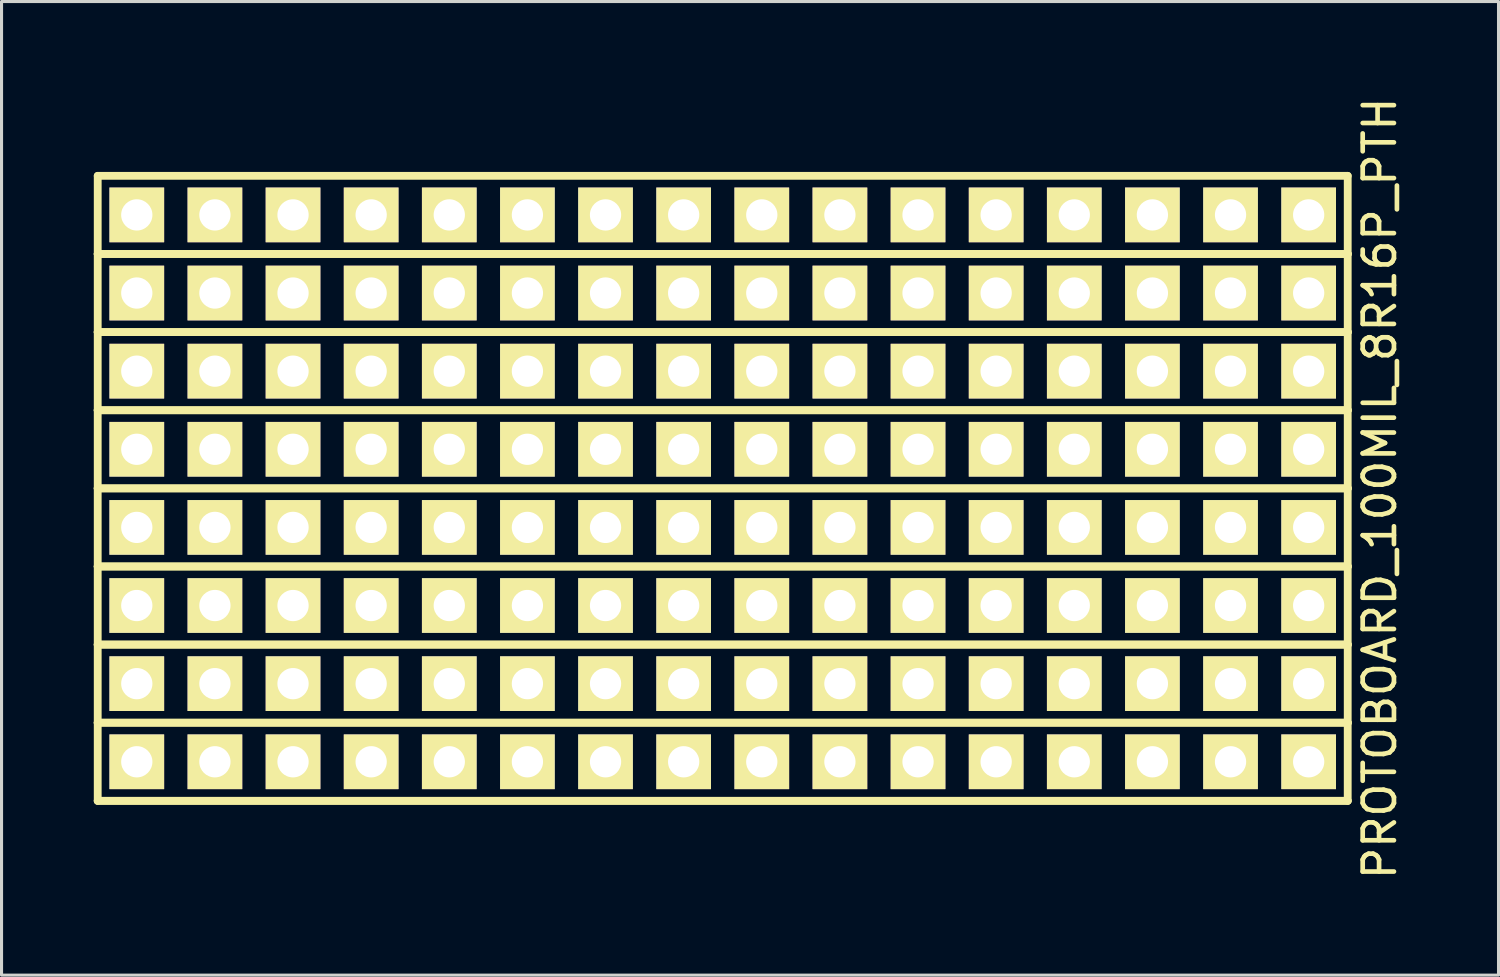
<source format=kicad_pcb>
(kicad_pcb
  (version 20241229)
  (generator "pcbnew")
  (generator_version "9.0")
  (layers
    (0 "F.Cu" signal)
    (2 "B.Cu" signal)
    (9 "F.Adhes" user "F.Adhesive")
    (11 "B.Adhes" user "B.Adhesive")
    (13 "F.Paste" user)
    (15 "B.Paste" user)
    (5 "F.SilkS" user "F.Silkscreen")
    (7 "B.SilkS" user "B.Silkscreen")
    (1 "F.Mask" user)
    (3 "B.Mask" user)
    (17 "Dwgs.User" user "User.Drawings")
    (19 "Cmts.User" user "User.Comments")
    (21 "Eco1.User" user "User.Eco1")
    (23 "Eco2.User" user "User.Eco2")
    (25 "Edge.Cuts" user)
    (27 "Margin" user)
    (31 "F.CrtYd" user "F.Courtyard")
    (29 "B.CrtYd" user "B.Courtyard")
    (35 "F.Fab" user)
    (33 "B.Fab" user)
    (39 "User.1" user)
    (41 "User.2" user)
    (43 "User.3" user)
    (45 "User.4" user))
  (footprint "PROTOBOARD_100MIL_8R16P_PTH"
    (layer "F.Cu")
    (at 20.447 12.827)
    (property "Reference" "PROTOBOARD_100MIL_8R16P_PTH" (at 21.361 0 90) (layer "F.SilkS") (effects (font (size 1.016 1.016) (thickness 0.152))))
    (attr through_hole)
    (fp_line (start -20.32 -10.16) (end 20.32 -10.16) (stroke (width 0.254) (type solid)) (layer "F.SilkS"))
    (fp_line (start -20.32 -7.62) (end -20.32 -10.16) (stroke (width 0.254) (type solid)) (layer "F.SilkS"))
    (fp_line (start -20.32 -7.62) (end 20.32 -7.62) (stroke (width 0.254) (type solid)) (layer "F.SilkS"))
    (fp_line (start -20.32 -5.08) (end -20.32 -7.62) (stroke (width 0.254) (type solid)) (layer "F.SilkS"))
    (fp_line (start -20.32 -5.08) (end 20.32 -5.08) (stroke (width 0.254) (type solid)) (layer "F.SilkS"))
    (fp_line (start -20.32 -2.54) (end -20.32 -5.08) (stroke (width 0.254) (type solid)) (layer "F.SilkS"))
    (fp_line (start -20.32 -2.54) (end 20.32 -2.54) (stroke (width 0.254) (type solid)) (layer "F.SilkS"))
    (fp_line (start -20.32 0) (end -20.32 -2.54) (stroke (width 0.254) (type solid)) (layer "F.SilkS"))
    (fp_line (start -20.32 0) (end 20.32 0) (stroke (width 0.254) (type solid)) (layer "F.SilkS"))
    (fp_line (start -20.32 2.54) (end -20.32 0) (stroke (width 0.254) (type solid)) (layer "F.SilkS"))
    (fp_line (start -20.32 2.54) (end 20.32 2.54) (stroke (width 0.254) (type solid)) (layer "F.SilkS"))
    (fp_line (start -20.32 5.08) (end -20.32 2.54) (stroke (width 0.254) (type solid)) (layer "F.SilkS"))
    (fp_line (start -20.32 5.08) (end 20.32 5.08) (stroke (width 0.254) (type solid)) (layer "F.SilkS"))
    (fp_line (start -20.32 7.62) (end -20.32 5.08) (stroke (width 0.254) (type solid)) (layer "F.SilkS"))
    (fp_line (start -20.32 7.62) (end 20.32 7.62) (stroke (width 0.254) (type solid)) (layer "F.SilkS"))
    (fp_line (start -20.32 10.16) (end -20.32 7.62) (stroke (width 0.254) (type solid)) (layer "F.SilkS"))
    (fp_line (start -20.32 10.16) (end 20.32 10.16) (stroke (width 0.254) (type solid)) (layer "F.SilkS"))
    (fp_line (start 20.32 -10.16) (end 20.32 -7.62) (stroke (width 0.254) (type solid)) (layer "F.SilkS"))
    (fp_line (start 20.32 -7.62) (end -20.32 -7.62) (stroke (width 0.254) (type solid)) (layer "F.SilkS"))
    (fp_line (start 20.32 -7.62) (end 20.32 -5.08) (stroke (width 0.254) (type solid)) (layer "F.SilkS"))
    (fp_line (start 20.32 -5.08) (end -20.32 -5.08) (stroke (width 0.254) (type solid)) (layer "F.SilkS"))
    (fp_line (start 20.32 -5.08) (end 20.32 -2.54) (stroke (width 0.254) (type solid)) (layer "F.SilkS"))
    (fp_line (start 20.32 -2.54) (end -20.32 -2.54) (stroke (width 0.254) (type solid)) (layer "F.SilkS"))
    (fp_line (start 20.32 -2.54) (end 20.32 0) (stroke (width 0.254) (type solid)) (layer "F.SilkS"))
    (fp_line (start 20.32 0) (end -20.32 0) (stroke (width 0.254) (type solid)) (layer "F.SilkS"))
    (fp_line (start 20.32 0) (end 20.32 2.54) (stroke (width 0.254) (type solid)) (layer "F.SilkS"))
    (fp_line (start 20.32 2.54) (end -20.32 2.54) (stroke (width 0.254) (type solid)) (layer "F.SilkS"))
    (fp_line (start 20.32 2.54) (end 20.32 5.08) (stroke (width 0.254) (type solid)) (layer "F.SilkS"))
    (fp_line (start 20.32 5.08) (end -20.32 5.08) (stroke (width 0.254) (type solid)) (layer "F.SilkS"))
    (fp_line (start 20.32 5.08) (end 20.32 7.62) (stroke (width 0.254) (type solid)) (layer "F.SilkS"))
    (fp_line (start 20.32 7.62) (end -20.32 7.62) (stroke (width 0.254) (type solid)) (layer "F.SilkS"))
    (fp_line (start 20.32 7.62) (end 20.32 10.16) (stroke (width 0.254) (type solid)) (layer "F.SilkS"))
    (fp_line (start 20.32 10.16) (end -20.32 10.16) (stroke (width 0.254) (type solid)) (layer "F.SilkS"))
    (pad "1" thru_hole rect (at -19.05 -8.89) (size 1.778 1.778) (drill 1.016) (layers "*.Cu" "*.Mask" "F.SilkS"))
    (pad "1" thru_hole rect (at -19.05 -6.35) (size 1.778 1.778) (drill 1.016) (layers "*.Cu" "*.Mask" "F.SilkS"))
    (pad "1" thru_hole rect (at -19.05 -3.81) (size 1.778 1.778) (drill 1.016) (layers "*.Cu" "*.Mask" "F.SilkS"))
    (pad "1" thru_hole rect (at -19.05 -1.27) (size 1.778 1.778) (drill 1.016) (layers "*.Cu" "*.Mask" "F.SilkS"))
    (pad "1" thru_hole rect (at -19.05 1.27) (size 1.778 1.778) (drill 1.016) (layers "*.Cu" "*.Mask" "F.SilkS"))
    (pad "1" thru_hole rect (at -19.05 3.81) (size 1.778 1.778) (drill 1.016) (layers "*.Cu" "*.Mask" "F.SilkS"))
    (pad "1" thru_hole rect (at -19.05 6.35) (size 1.778 1.778) (drill 1.016) (layers "*.Cu" "*.Mask" "F.SilkS"))
    (pad "1" thru_hole rect (at -19.05 8.89) (size 1.778 1.778) (drill 1.016) (layers "*.Cu" "*.Mask" "F.SilkS"))
    (pad "2" thru_hole rect (at -16.51 -8.89) (size 1.778 1.778) (drill 1.016) (layers "*.Cu" "*.Mask" "F.SilkS"))
    (pad "2" thru_hole rect (at -16.51 -6.35) (size 1.778 1.778) (drill 1.016) (layers "*.Cu" "*.Mask" "F.SilkS"))
    (pad "2" thru_hole rect (at -16.51 -3.81) (size 1.778 1.778) (drill 1.016) (layers "*.Cu" "*.Mask" "F.SilkS"))
    (pad "2" thru_hole rect (at -16.51 -1.27) (size 1.778 1.778) (drill 1.016) (layers "*.Cu" "*.Mask" "F.SilkS"))
    (pad "2" thru_hole rect (at -16.51 1.27) (size 1.778 1.778) (drill 1.016) (layers "*.Cu" "*.Mask" "F.SilkS"))
    (pad "2" thru_hole rect (at -16.51 3.81) (size 1.778 1.778) (drill 1.016) (layers "*.Cu" "*.Mask" "F.SilkS"))
    (pad "2" thru_hole rect (at -16.51 6.35) (size 1.778 1.778) (drill 1.016) (layers "*.Cu" "*.Mask" "F.SilkS"))
    (pad "2" thru_hole rect (at -16.51 8.89) (size 1.778 1.778) (drill 1.016) (layers "*.Cu" "*.Mask" "F.SilkS"))
    (pad "3" thru_hole rect (at -13.97 -8.89) (size 1.778 1.778) (drill 1.016) (layers "*.Cu" "*.Mask" "F.SilkS"))
    (pad "3" thru_hole rect (at -13.97 -6.35) (size 1.778 1.778) (drill 1.016) (layers "*.Cu" "*.Mask" "F.SilkS"))
    (pad "3" thru_hole rect (at -13.97 -3.81) (size 1.778 1.778) (drill 1.016) (layers "*.Cu" "*.Mask" "F.SilkS"))
    (pad "3" thru_hole rect (at -13.97 -1.27) (size 1.778 1.778) (drill 1.016) (layers "*.Cu" "*.Mask" "F.SilkS"))
    (pad "3" thru_hole rect (at -13.97 1.27) (size 1.778 1.778) (drill 1.016) (layers "*.Cu" "*.Mask" "F.SilkS"))
    (pad "3" thru_hole rect (at -13.97 3.81) (size 1.778 1.778) (drill 1.016) (layers "*.Cu" "*.Mask" "F.SilkS"))
    (pad "3" thru_hole rect (at -13.97 6.35) (size 1.778 1.778) (drill 1.016) (layers "*.Cu" "*.Mask" "F.SilkS"))
    (pad "3" thru_hole rect (at -13.97 8.89) (size 1.778 1.778) (drill 1.016) (layers "*.Cu" "*.Mask" "F.SilkS"))
    (pad "4" thru_hole rect (at -11.43 -8.89) (size 1.778 1.778) (drill 1.016) (layers "*.Cu" "*.Mask" "F.SilkS"))
    (pad "4" thru_hole rect (at -11.43 -6.35) (size 1.778 1.778) (drill 1.016) (layers "*.Cu" "*.Mask" "F.SilkS"))
    (pad "4" thru_hole rect (at -11.43 -3.81) (size 1.778 1.778) (drill 1.016) (layers "*.Cu" "*.Mask" "F.SilkS"))
    (pad "4" thru_hole rect (at -11.43 -1.27) (size 1.778 1.778) (drill 1.016) (layers "*.Cu" "*.Mask" "F.SilkS"))
    (pad "4" thru_hole rect (at -11.43 1.27) (size 1.778 1.778) (drill 1.016) (layers "*.Cu" "*.Mask" "F.SilkS"))
    (pad "4" thru_hole rect (at -11.43 3.81) (size 1.778 1.778) (drill 1.016) (layers "*.Cu" "*.Mask" "F.SilkS"))
    (pad "4" thru_hole rect (at -11.43 6.35) (size 1.778 1.778) (drill 1.016) (layers "*.Cu" "*.Mask" "F.SilkS"))
    (pad "4" thru_hole rect (at -11.43 8.89) (size 1.778 1.778) (drill 1.016) (layers "*.Cu" "*.Mask" "F.SilkS"))
    (pad "5" thru_hole rect (at -8.89 -8.89) (size 1.778 1.778) (drill 1.016) (layers "*.Cu" "*.Mask" "F.SilkS"))
    (pad "5" thru_hole rect (at -8.89 -6.35) (size 1.778 1.778) (drill 1.016) (layers "*.Cu" "*.Mask" "F.SilkS"))
    (pad "5" thru_hole rect (at -8.89 -3.81) (size 1.778 1.778) (drill 1.016) (layers "*.Cu" "*.Mask" "F.SilkS"))
    (pad "5" thru_hole rect (at -8.89 -1.27) (size 1.778 1.778) (drill 1.016) (layers "*.Cu" "*.Mask" "F.SilkS"))
    (pad "5" thru_hole rect (at -8.89 1.27) (size 1.778 1.778) (drill 1.016) (layers "*.Cu" "*.Mask" "F.SilkS"))
    (pad "5" thru_hole rect (at -8.89 3.81) (size 1.778 1.778) (drill 1.016) (layers "*.Cu" "*.Mask" "F.SilkS"))
    (pad "5" thru_hole rect (at -8.89 6.35) (size 1.778 1.778) (drill 1.016) (layers "*.Cu" "*.Mask" "F.SilkS"))
    (pad "5" thru_hole rect (at -8.89 8.89) (size 1.778 1.778) (drill 1.016) (layers "*.Cu" "*.Mask" "F.SilkS"))
    (pad "6" thru_hole rect (at -6.35 -8.89) (size 1.778 1.778) (drill 1.016) (layers "*.Cu" "*.Mask" "F.SilkS"))
    (pad "6" thru_hole rect (at -6.35 -6.35) (size 1.778 1.778) (drill 1.016) (layers "*.Cu" "*.Mask" "F.SilkS"))
    (pad "6" thru_hole rect (at -6.35 -3.81) (size 1.778 1.778) (drill 1.016) (layers "*.Cu" "*.Mask" "F.SilkS"))
    (pad "6" thru_hole rect (at -6.35 -1.27) (size 1.778 1.778) (drill 1.016) (layers "*.Cu" "*.Mask" "F.SilkS"))
    (pad "6" thru_hole rect (at -6.35 1.27) (size 1.778 1.778) (drill 1.016) (layers "*.Cu" "*.Mask" "F.SilkS"))
    (pad "6" thru_hole rect (at -6.35 3.81) (size 1.778 1.778) (drill 1.016) (layers "*.Cu" "*.Mask" "F.SilkS"))
    (pad "6" thru_hole rect (at -6.35 6.35) (size 1.778 1.778) (drill 1.016) (layers "*.Cu" "*.Mask" "F.SilkS"))
    (pad "6" thru_hole rect (at -6.35 8.89) (size 1.778 1.778) (drill 1.016) (layers "*.Cu" "*.Mask" "F.SilkS"))
    (pad "7" thru_hole rect (at -3.81 -8.89) (size 1.778 1.778) (drill 1.016) (layers "*.Cu" "*.Mask" "F.SilkS"))
    (pad "7" thru_hole rect (at -3.81 -6.35) (size 1.778 1.778) (drill 1.016) (layers "*.Cu" "*.Mask" "F.SilkS"))
    (pad "7" thru_hole rect (at -3.81 -3.81) (size 1.778 1.778) (drill 1.016) (layers "*.Cu" "*.Mask" "F.SilkS"))
    (pad "7" thru_hole rect (at -3.81 -1.27) (size 1.778 1.778) (drill 1.016) (layers "*.Cu" "*.Mask" "F.SilkS"))
    (pad "7" thru_hole rect (at -3.81 1.27) (size 1.778 1.778) (drill 1.016) (layers "*.Cu" "*.Mask" "F.SilkS"))
    (pad "7" thru_hole rect (at -3.81 3.81) (size 1.778 1.778) (drill 1.016) (layers "*.Cu" "*.Mask" "F.SilkS"))
    (pad "7" thru_hole rect (at -3.81 6.35) (size 1.778 1.778) (drill 1.016) (layers "*.Cu" "*.Mask" "F.SilkS"))
    (pad "7" thru_hole rect (at -3.81 8.89) (size 1.778 1.778) (drill 1.016) (layers "*.Cu" "*.Mask" "F.SilkS"))
    (pad "8" thru_hole rect (at -1.27 -8.89) (size 1.778 1.778) (drill 1.016) (layers "*.Cu" "*.Mask" "F.SilkS"))
    (pad "8" thru_hole rect (at -1.27 -6.35) (size 1.778 1.778) (drill 1.016) (layers "*.Cu" "*.Mask" "F.SilkS"))
    (pad "8" thru_hole rect (at -1.27 -3.81) (size 1.778 1.778) (drill 1.016) (layers "*.Cu" "*.Mask" "F.SilkS"))
    (pad "8" thru_hole rect (at -1.27 -1.27) (size 1.778 1.778) (drill 1.016) (layers "*.Cu" "*.Mask" "F.SilkS"))
    (pad "8" thru_hole rect (at -1.27 1.27) (size 1.778 1.778) (drill 1.016) (layers "*.Cu" "*.Mask" "F.SilkS"))
    (pad "8" thru_hole rect (at -1.27 3.81) (size 1.778 1.778) (drill 1.016) (layers "*.Cu" "*.Mask" "F.SilkS"))
    (pad "8" thru_hole rect (at -1.27 6.35) (size 1.778 1.778) (drill 1.016) (layers "*.Cu" "*.Mask" "F.SilkS"))
    (pad "8" thru_hole rect (at -1.27 8.89) (size 1.778 1.778) (drill 1.016) (layers "*.Cu" "*.Mask" "F.SilkS"))
    (pad "9" thru_hole rect (at 1.27 -8.89) (size 1.778 1.778) (drill 1.016) (layers "*.Cu" "*.Mask" "F.SilkS"))
    (pad "9" thru_hole rect (at 1.27 -6.35) (size 1.778 1.778) (drill 1.016) (layers "*.Cu" "*.Mask" "F.SilkS"))
    (pad "9" thru_hole rect (at 1.27 -3.81) (size 1.778 1.778) (drill 1.016) (layers "*.Cu" "*.Mask" "F.SilkS"))
    (pad "9" thru_hole rect (at 1.27 -1.27) (size 1.778 1.778) (drill 1.016) (layers "*.Cu" "*.Mask" "F.SilkS"))
    (pad "9" thru_hole rect (at 1.27 1.27) (size 1.778 1.778) (drill 1.016) (layers "*.Cu" "*.Mask" "F.SilkS"))
    (pad "9" thru_hole rect (at 1.27 3.81) (size 1.778 1.778) (drill 1.016) (layers "*.Cu" "*.Mask" "F.SilkS"))
    (pad "9" thru_hole rect (at 1.27 6.35) (size 1.778 1.778) (drill 1.016) (layers "*.Cu" "*.Mask" "F.SilkS"))
    (pad "9" thru_hole rect (at 1.27 8.89) (size 1.778 1.778) (drill 1.016) (layers "*.Cu" "*.Mask" "F.SilkS"))
    (pad "10" thru_hole rect (at 3.81 -8.89) (size 1.778 1.778) (drill 1.016) (layers "*.Cu" "*.Mask" "F.SilkS"))
    (pad "10" thru_hole rect (at 3.81 -6.35) (size 1.778 1.778) (drill 1.016) (layers "*.Cu" "*.Mask" "F.SilkS"))
    (pad "10" thru_hole rect (at 3.81 -3.81) (size 1.778 1.778) (drill 1.016) (layers "*.Cu" "*.Mask" "F.SilkS"))
    (pad "10" thru_hole rect (at 3.81 -1.27) (size 1.778 1.778) (drill 1.016) (layers "*.Cu" "*.Mask" "F.SilkS"))
    (pad "10" thru_hole rect (at 3.81 1.27) (size 1.778 1.778) (drill 1.016) (layers "*.Cu" "*.Mask" "F.SilkS"))
    (pad "10" thru_hole rect (at 3.81 3.81) (size 1.778 1.778) (drill 1.016) (layers "*.Cu" "*.Mask" "F.SilkS"))
    (pad "10" thru_hole rect (at 3.81 6.35) (size 1.778 1.778) (drill 1.016) (layers "*.Cu" "*.Mask" "F.SilkS"))
    (pad "10" thru_hole rect (at 3.81 8.89) (size 1.778 1.778) (drill 1.016) (layers "*.Cu" "*.Mask" "F.SilkS"))
    (pad "11" thru_hole rect (at 6.35 -8.89) (size 1.778 1.778) (drill 1.016) (layers "*.Cu" "*.Mask" "F.SilkS"))
    (pad "11" thru_hole rect (at 6.35 -6.35) (size 1.778 1.778) (drill 1.016) (layers "*.Cu" "*.Mask" "F.SilkS"))
    (pad "11" thru_hole rect (at 6.35 -3.81) (size 1.778 1.778) (drill 1.016) (layers "*.Cu" "*.Mask" "F.SilkS"))
    (pad "11" thru_hole rect (at 6.35 -1.27) (size 1.778 1.778) (drill 1.016) (layers "*.Cu" "*.Mask" "F.SilkS"))
    (pad "11" thru_hole rect (at 6.35 1.27) (size 1.778 1.778) (drill 1.016) (layers "*.Cu" "*.Mask" "F.SilkS"))
    (pad "11" thru_hole rect (at 6.35 3.81) (size 1.778 1.778) (drill 1.016) (layers "*.Cu" "*.Mask" "F.SilkS"))
    (pad "11" thru_hole rect (at 6.35 6.35) (size 1.778 1.778) (drill 1.016) (layers "*.Cu" "*.Mask" "F.SilkS"))
    (pad "11" thru_hole rect (at 6.35 8.89) (size 1.778 1.778) (drill 1.016) (layers "*.Cu" "*.Mask" "F.SilkS"))
    (pad "12" thru_hole rect (at 8.89 -8.89) (size 1.778 1.778) (drill 1.016) (layers "*.Cu" "*.Mask" "F.SilkS"))
    (pad "12" thru_hole rect (at 8.89 -6.35) (size 1.778 1.778) (drill 1.016) (layers "*.Cu" "*.Mask" "F.SilkS"))
    (pad "12" thru_hole rect (at 8.89 -3.81) (size 1.778 1.778) (drill 1.016) (layers "*.Cu" "*.Mask" "F.SilkS"))
    (pad "12" thru_hole rect (at 8.89 -1.27) (size 1.778 1.778) (drill 1.016) (layers "*.Cu" "*.Mask" "F.SilkS"))
    (pad "12" thru_hole rect (at 8.89 1.27) (size 1.778 1.778) (drill 1.016) (layers "*.Cu" "*.Mask" "F.SilkS"))
    (pad "12" thru_hole rect (at 8.89 3.81) (size 1.778 1.778) (drill 1.016) (layers "*.Cu" "*.Mask" "F.SilkS"))
    (pad "12" thru_hole rect (at 8.89 6.35) (size 1.778 1.778) (drill 1.016) (layers "*.Cu" "*.Mask" "F.SilkS"))
    (pad "12" thru_hole rect (at 8.89 8.89) (size 1.778 1.778) (drill 1.016) (layers "*.Cu" "*.Mask" "F.SilkS"))
    (pad "13" thru_hole rect (at 11.43 -8.89) (size 1.778 1.778) (drill 1.016) (layers "*.Cu" "*.Mask" "F.SilkS"))
    (pad "13" thru_hole rect (at 11.43 -6.35) (size 1.778 1.778) (drill 1.016) (layers "*.Cu" "*.Mask" "F.SilkS"))
    (pad "13" thru_hole rect (at 11.43 -3.81) (size 1.778 1.778) (drill 1.016) (layers "*.Cu" "*.Mask" "F.SilkS"))
    (pad "13" thru_hole rect (at 11.43 -1.27) (size 1.778 1.778) (drill 1.016) (layers "*.Cu" "*.Mask" "F.SilkS"))
    (pad "13" thru_hole rect (at 11.43 1.27) (size 1.778 1.778) (drill 1.016) (layers "*.Cu" "*.Mask" "F.SilkS"))
    (pad "13" thru_hole rect (at 11.43 3.81) (size 1.778 1.778) (drill 1.016) (layers "*.Cu" "*.Mask" "F.SilkS"))
    (pad "13" thru_hole rect (at 11.43 6.35) (size 1.778 1.778) (drill 1.016) (layers "*.Cu" "*.Mask" "F.SilkS"))
    (pad "13" thru_hole rect (at 11.43 8.89) (size 1.778 1.778) (drill 1.016) (layers "*.Cu" "*.Mask" "F.SilkS"))
    (pad "14" thru_hole rect (at 13.97 -8.89) (size 1.778 1.778) (drill 1.016) (layers "*.Cu" "*.Mask" "F.SilkS"))
    (pad "14" thru_hole rect (at 13.97 -6.35) (size 1.778 1.778) (drill 1.016) (layers "*.Cu" "*.Mask" "F.SilkS"))
    (pad "14" thru_hole rect (at 13.97 -3.81) (size 1.778 1.778) (drill 1.016) (layers "*.Cu" "*.Mask" "F.SilkS"))
    (pad "14" thru_hole rect (at 13.97 -1.27) (size 1.778 1.778) (drill 1.016) (layers "*.Cu" "*.Mask" "F.SilkS"))
    (pad "14" thru_hole rect (at 13.97 1.27) (size 1.778 1.778) (drill 1.016) (layers "*.Cu" "*.Mask" "F.SilkS"))
    (pad "14" thru_hole rect (at 13.97 3.81) (size 1.778 1.778) (drill 1.016) (layers "*.Cu" "*.Mask" "F.SilkS"))
    (pad "14" thru_hole rect (at 13.97 6.35) (size 1.778 1.778) (drill 1.016) (layers "*.Cu" "*.Mask" "F.SilkS"))
    (pad "14" thru_hole rect (at 13.97 8.89) (size 1.778 1.778) (drill 1.016) (layers "*.Cu" "*.Mask" "F.SilkS"))
    (pad "15" thru_hole rect (at 16.51 -8.89) (size 1.778 1.778) (drill 1.016) (layers "*.Cu" "*.Mask" "F.SilkS"))
    (pad "15" thru_hole rect (at 16.51 -6.35) (size 1.778 1.778) (drill 1.016) (layers "*.Cu" "*.Mask" "F.SilkS"))
    (pad "15" thru_hole rect (at 16.51 -3.81) (size 1.778 1.778) (drill 1.016) (layers "*.Cu" "*.Mask" "F.SilkS"))
    (pad "15" thru_hole rect (at 16.51 -1.27) (size 1.778 1.778) (drill 1.016) (layers "*.Cu" "*.Mask" "F.SilkS"))
    (pad "15" thru_hole rect (at 16.51 1.27) (size 1.778 1.778) (drill 1.016) (layers "*.Cu" "*.Mask" "F.SilkS"))
    (pad "15" thru_hole rect (at 16.51 3.81) (size 1.778 1.778) (drill 1.016) (layers "*.Cu" "*.Mask" "F.SilkS"))
    (pad "15" thru_hole rect (at 16.51 6.35) (size 1.778 1.778) (drill 1.016) (layers "*.Cu" "*.Mask" "F.SilkS"))
    (pad "15" thru_hole rect (at 16.51 8.89) (size 1.778 1.778) (drill 1.016) (layers "*.Cu" "*.Mask" "F.SilkS"))
    (pad "16" thru_hole rect (at 19.05 -8.89) (size 1.778 1.778) (drill 1.016) (layers "*.Cu" "*.Mask" "F.SilkS"))
    (pad "16" thru_hole rect (at 19.05 -6.35) (size 1.778 1.778) (drill 1.016) (layers "*.Cu" "*.Mask" "F.SilkS"))
    (pad "16" thru_hole rect (at 19.05 -3.81) (size 1.778 1.778) (drill 1.016) (layers "*.Cu" "*.Mask" "F.SilkS"))
    (pad "16" thru_hole rect (at 19.05 -1.27) (size 1.778 1.778) (drill 1.016) (layers "*.Cu" "*.Mask" "F.SilkS"))
    (pad "16" thru_hole rect (at 19.05 1.27) (size 1.778 1.778) (drill 1.016) (layers "*.Cu" "*.Mask" "F.SilkS"))
    (pad "16" thru_hole rect (at 19.05 3.81) (size 1.778 1.778) (drill 1.016) (layers "*.Cu" "*.Mask" "F.SilkS"))
    (pad "16" thru_hole rect (at 19.05 6.35) (size 1.778 1.778) (drill 1.016) (layers "*.Cu" "*.Mask" "F.SilkS"))
    (pad "16" thru_hole rect (at 19.05 8.89) (size 1.778 1.778) (drill 1.016) (layers "*.Cu" "*.Mask" "F.SilkS")))
  (gr_rect
    (start -3 -3)
    (end 45.67 28.654)
    (stroke (width 0.1) (type default))
    (fill no)
    (layer "Edge.Cuts")))
</source>
